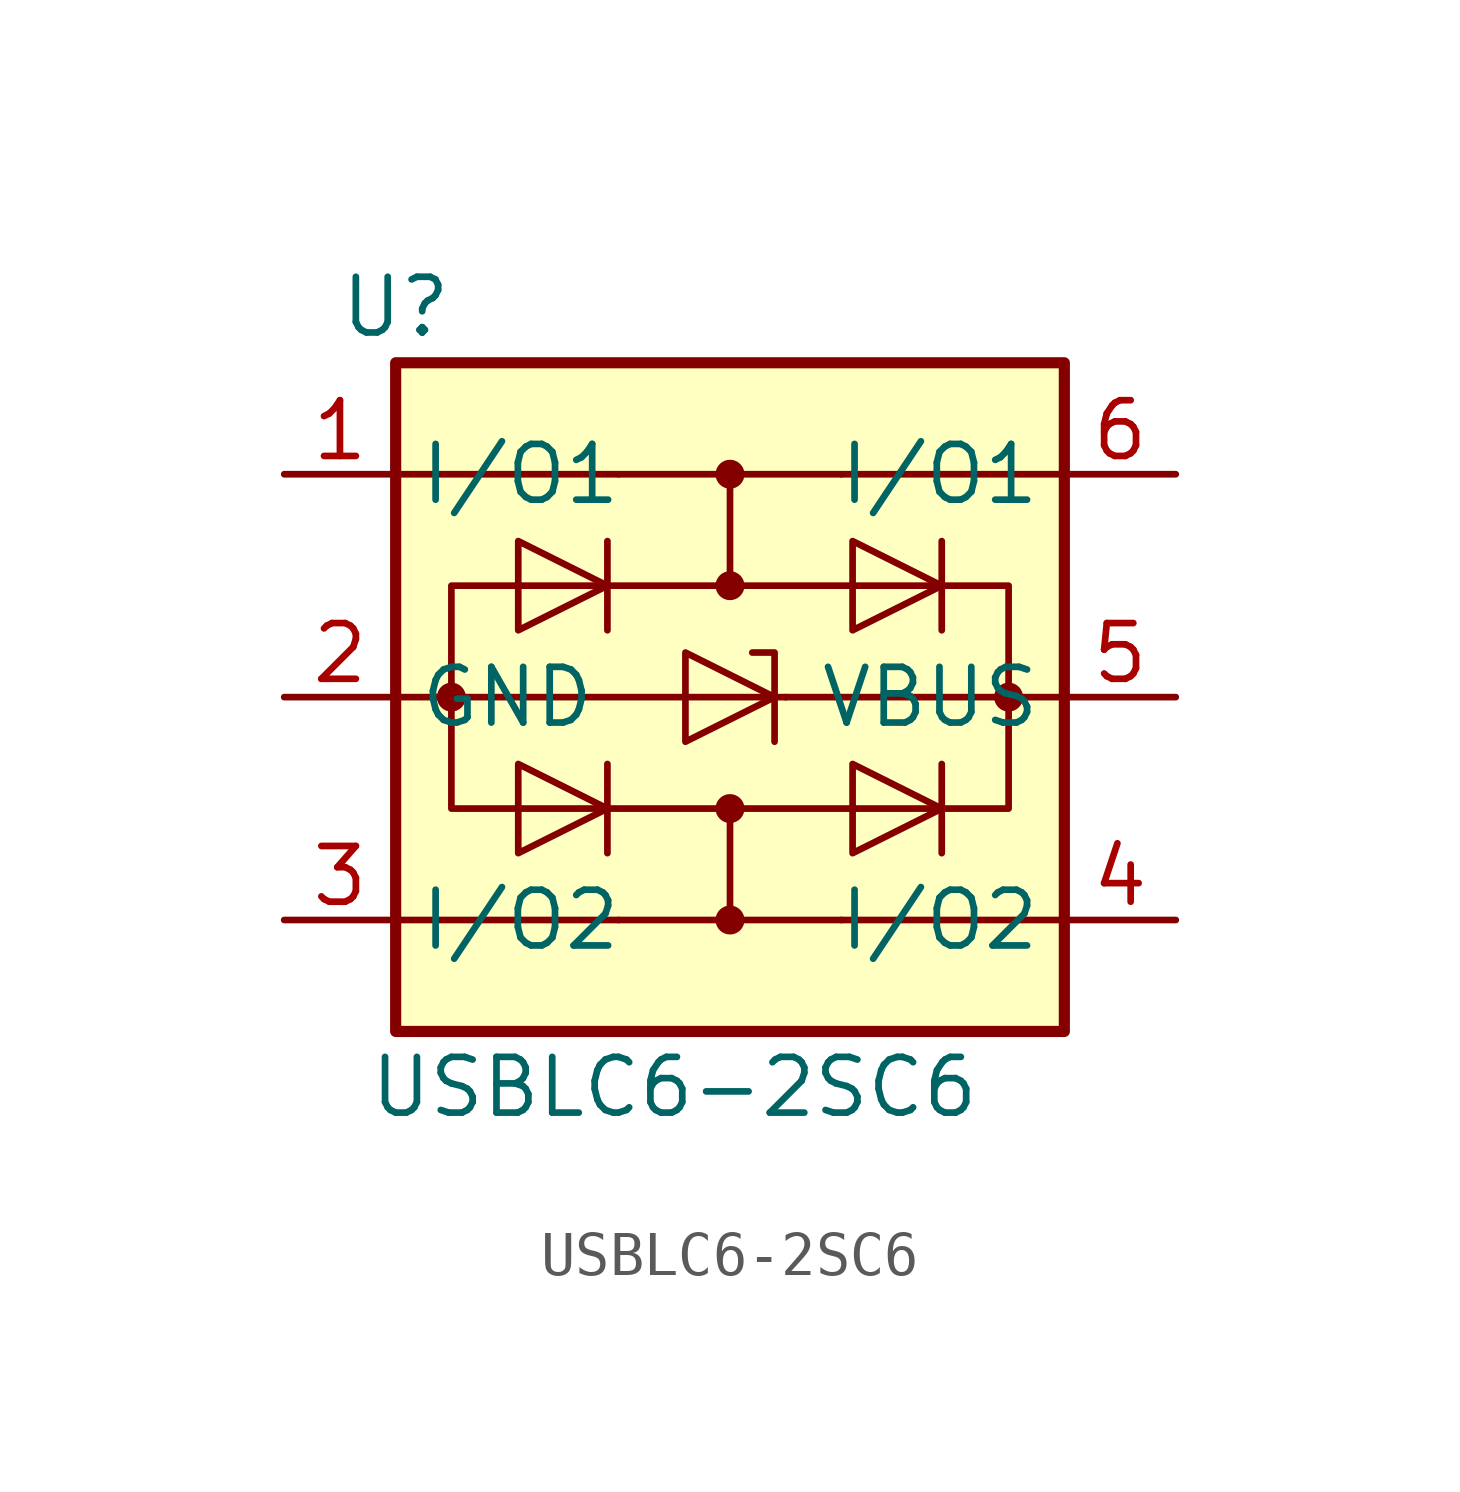
<source format=kicad_sym>
(kicad_symbol_lib
  (version 20220914)
  (generator kicad_symbol_editor)
  (symbol "USBLC6-2SC6"
    (property "Reference" "U"
      (at 0 0 0)
      (effects (font (size 1.27 1.27))))
    (property "Value" "USBLC6-2SC6"
      (at 6.35 -17.78 0)
      (effects (font (size 1.27 1.27))))
    (symbol "USBLC6-2SC6_0_1"
      (rectangle (start 0 -1.27) (end 15.24 -16.51) (stroke (width 0.254) (type default)) (fill (type background)))
      (polyline (pts (xy 0 -13.97) (xy 5.08 -13.97)) (stroke (width 0) (type default)) (fill (type none)))
      (polyline (pts (xy 0 -8.89) (xy 1.27 -8.89)) (stroke (width 0) (type default)) (fill (type none)))
      (polyline (pts (xy 0 -3.81) (xy 5.08 -3.81)) (stroke (width 0) (type default)) (fill (type none)))
      (polyline (pts (xy 1.27 -8.89) (xy 8.89 -8.89)) (stroke (width 0) (type default)) (fill (type none)))
      (polyline (pts (xy 4.826 -10.414) (xy 4.826 -12.446)) (stroke (width 0) (type default)) (fill (type none)))
      (polyline (pts (xy 4.826 -7.366) (xy 4.826 -5.334)) (stroke (width 0) (type default)) (fill (type none)))
      (polyline (pts (xy 7.62 -13.97) (xy 5.08 -13.97)) (stroke (width 0) (type default)) (fill (type none)))
      (polyline (pts (xy 7.62 -3.81) (xy 5.08 -3.81)) (stroke (width 0) (type default)) (fill (type none)))
      (polyline (pts (xy 8.89 -8.89) (xy 13.97 -8.89)) (stroke (width 0) (type default)) (fill (type none)))
      (polyline (pts (xy 10.16 -13.97) (xy 15.24 -13.97)) (stroke (width 0) (type default)) (fill (type none)))
      (polyline (pts (xy 10.16 -3.81) (xy 15.24 -3.81)) (stroke (width 0) (type default)) (fill (type none)))
      (polyline (pts (xy 12.446 -10.414) (xy 12.446 -12.446)) (stroke (width 0) (type default)) (fill (type none)))
      (polyline (pts (xy 12.446 -7.366) (xy 12.446 -5.334)) (stroke (width 0) (type default)) (fill (type none)))
      (polyline (pts (xy 13.97 -8.89) (xy 15.24 -8.89)) (stroke (width 0) (type default)) (fill (type none)))
      (polyline (pts (xy 7.62 -11.43) (xy 7.62 -13.97) (xy 10.16 -13.97)) (stroke (width 0) (type default)) (fill (type none)))
      (polyline (pts (xy 7.62 -6.35) (xy 7.62 -3.81) (xy 10.16 -3.81)) (stroke (width 0) (type default)) (fill (type none)))
      (polyline (pts (xy 2.794 -12.446) (xy 2.794 -10.414) (xy 4.826 -11.43) (xy 2.794 -12.446)) (stroke (width 0) (type default)) (fill (type none)))
      (polyline (pts (xy 2.794 -5.334) (xy 2.794 -7.366) (xy 4.826 -6.35) (xy 2.794 -5.334)) (stroke (width 0) (type default)) (fill (type none)))
      (polyline (pts (xy 6.604 -7.874) (xy 6.604 -9.906) (xy 8.636 -8.89) (xy 6.604 -7.874)) (stroke (width 0) (type default)) (fill (type none)))
      (polyline (pts (xy 8.636 -9.906) (xy 8.636 -9.652) (xy 8.636 -7.874) (xy 8.128 -7.874)) (stroke (width 0) (type default)) (fill (type none)))
      (polyline (pts (xy 10.414 -12.446) (xy 10.414 -10.414) (xy 12.446 -11.43) (xy 10.414 -12.446)) (stroke (width 0) (type default)) (fill (type none)))
      (polyline (pts (xy 10.414 -5.334) (xy 10.414 -7.366) (xy 12.446 -6.35) (xy 10.414 -5.334)) (stroke (width 0) (type default)) (fill (type none)))
      (circle (center 1.27 -8.89) (radius 0.254) (stroke (width 0) (type default)) (fill (type outline)))
      (circle (center 7.62 -13.97) (radius 0.254) (stroke (width 0) (type default)) (fill (type outline)))
      (circle (center 7.62 -11.43) (radius 0.254) (stroke (width 0) (type default)) (fill (type outline)))
      (circle (center 7.62 -6.35) (radius 0.254) (stroke (width 0) (type default)) (fill (type outline)))
      (circle (center 7.62 -3.81) (radius 0.254) (stroke (width 0) (type default)) (fill (type outline)))
      (circle (center 13.97 -8.89) (radius 0.254) (stroke (width 0) (type default)) (fill (type outline)))
      (rectangle (start 13.97 -6.35) (end 1.27 -11.43) (stroke (width 0) (type default)) (fill (type none))))
    (symbol "USBLC6-2SC6_1_1"
      (pin passive line (at -2.54 -3.81 0) (length 2.54) (name "I/O1" (effects (font (size 1.27 1.27)))) (number "1" (effects (font (size 1.27 1.27)))))
      (pin passive line (at -2.54 -8.89 0) (length 2.54) (name "GND" (effects (font (size 1.27 1.27)))) (number "2" (effects (font (size 1.27 1.27)))))
      (pin passive line (at -2.54 -13.97 0) (length 2.54) (name "I/O2" (effects (font (size 1.27 1.27)))) (number "3" (effects (font (size 1.27 1.27)))))
      (pin passive line (at 17.78 -13.97 180) (length 2.54) (name "I/O2" (effects (font (size 1.27 1.27)))) (number "4" (effects (font (size 1.27 1.27)))))
      (pin passive line (at 17.78 -8.89 180) (length 2.54) (name "VBUS" (effects (font (size 1.27 1.27)))) (number "5" (effects (font (size 1.27 1.27)))))
      (pin passive line (at 17.78 -3.81 180) (length 2.54) (name "I/O1" (effects (font (size 1.27 1.27)))) (number "6" (effects (font (size 1.27 1.27))))))))
</source>
